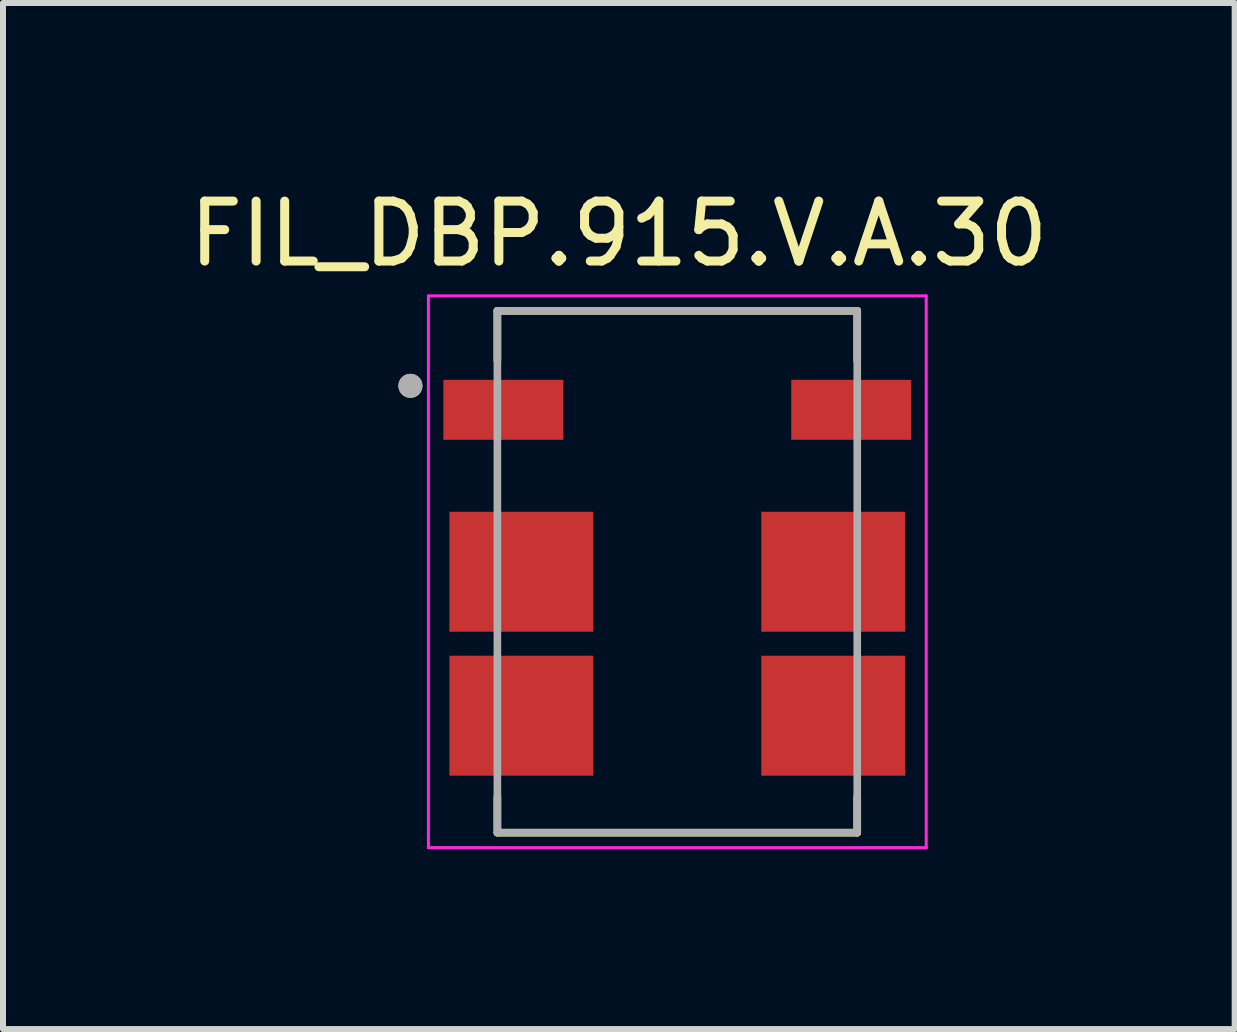
<source format=kicad_pcb>
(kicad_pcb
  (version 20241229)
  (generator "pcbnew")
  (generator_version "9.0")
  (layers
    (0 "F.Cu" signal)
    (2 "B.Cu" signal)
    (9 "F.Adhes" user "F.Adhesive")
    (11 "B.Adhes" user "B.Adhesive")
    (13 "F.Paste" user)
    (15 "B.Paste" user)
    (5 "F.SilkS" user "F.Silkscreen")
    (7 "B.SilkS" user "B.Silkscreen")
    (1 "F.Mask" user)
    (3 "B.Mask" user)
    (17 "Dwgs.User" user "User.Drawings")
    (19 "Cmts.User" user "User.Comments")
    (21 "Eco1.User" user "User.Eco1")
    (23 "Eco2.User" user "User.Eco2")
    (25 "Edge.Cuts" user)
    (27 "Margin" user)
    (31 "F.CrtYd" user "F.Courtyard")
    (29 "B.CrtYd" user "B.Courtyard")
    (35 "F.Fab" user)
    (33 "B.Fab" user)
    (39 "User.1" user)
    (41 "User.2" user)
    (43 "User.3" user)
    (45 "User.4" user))
  (footprint "FIL_DBP.915.V.A.30"
    (layer "F.Cu")
    (at 8.243 6.483)
    (property "Reference" "FIL_DBP.915.V.A.30" (at -0.975 -5.635 0) (layer "F.SilkS") (effects (font (size 1 1) (thickness 0.15))))
    (attr smd)
    (fp_poly (pts (xy -3.9 -3.3) (xy -1.9 -3.3) (xy -1.9 -2.1) (xy -3.9 -2.1)) (stroke (width 0.01) (type solid)) (fill yes) (layer "F.Mask"))
    (fp_poly (pts (xy -3.9 -1.1) (xy -1.3 -1.1) (xy -1.3 1.1) (xy -3.9 1.1)) (stroke (width 0.01) (type solid)) (fill yes) (layer "F.Mask"))
    (fp_poly (pts (xy -3.9 1.3) (xy -1.3 1.3) (xy -1.3 3.5) (xy -3.9 3.5)) (stroke (width 0.01) (type solid)) (fill yes) (layer "F.Mask"))
    (fp_poly (pts (xy 1.3 -1.1) (xy 3.9 -1.1) (xy 3.9 1.1) (xy 1.3 1.1)) (stroke (width 0.01) (type solid)) (fill yes) (layer "F.Mask"))
    (fp_poly (pts (xy 1.3 1.3) (xy 3.9 1.3) (xy 3.9 3.5) (xy 1.3 3.5)) (stroke (width 0.01) (type solid)) (fill yes) (layer "F.Mask"))
    (fp_poly (pts (xy 1.9 -3.3) (xy 3.9 -3.3) (xy 3.9 -2.1) (xy 1.9 -2.1)) (stroke (width 0.01) (type solid)) (fill yes) (layer "F.Mask"))
    (fp_line (start -3 -4.35) (end 3 -4.35) (stroke (width 0.127) (type solid)) (layer "F.SilkS"))
    (fp_line (start -3 -3.52) (end -3 -4.35) (stroke (width 0.127) (type solid)) (layer "F.SilkS"))
    (fp_line (start -3 4.35) (end -3 3.75) (stroke (width 0.127) (type solid)) (layer "F.SilkS"))
    (fp_line (start 3 -3.52) (end 3 -4.35) (stroke (width 0.127) (type solid)) (layer "F.SilkS"))
    (fp_line (start 3 3.75) (end 3 4.35) (stroke (width 0.127) (type solid)) (layer "F.SilkS"))
    (fp_line (start 3 4.35) (end -3 4.35) (stroke (width 0.127) (type solid)) (layer "F.SilkS"))
    (fp_circle (center -4.45 -3.1) (end -4.35 -3.1) (stroke (width 0.2) (type solid)) (fill no) (layer "F.SilkS"))
    (fp_poly (pts (xy -3.6 -3.1) (xy -2.2 -3.1) (xy -2.2 -2.3) (xy -3.6 -2.3)) (stroke (width 0.01) (type solid)) (fill yes) (layer "F.Paste"))
    (fp_poly (pts (xy -3.5 -0.75) (xy -1.7 -0.75) (xy -1.7 0.75) (xy -3.5 0.75)) (stroke (width 0.01) (type solid)) (fill yes) (layer "F.Paste"))
    (fp_poly (pts (xy -3.5 1.65) (xy -1.7 1.65) (xy -1.7 3.15) (xy -3.5 3.15)) (stroke (width 0.01) (type solid)) (fill yes) (layer "F.Paste"))
    (fp_poly (pts (xy 1.7 -0.75) (xy 3.5 -0.75) (xy 3.5 0.75) (xy 1.7 0.75)) (stroke (width 0.01) (type solid)) (fill yes) (layer "F.Paste"))
    (fp_poly (pts (xy 1.7 1.65) (xy 3.5 1.65) (xy 3.5 3.15) (xy 1.7 3.15)) (stroke (width 0.01) (type solid)) (fill yes) (layer "F.Paste"))
    (fp_poly (pts (xy 2.2 -3.1) (xy 3.6 -3.1) (xy 3.6 -2.3) (xy 2.2 -2.3)) (stroke (width 0.01) (type solid)) (fill yes) (layer "F.Paste"))
    (fp_line (start -4.15 -4.6) (end 4.15 -4.6) (stroke (width 0.05) (type solid)) (layer "F.CrtYd"))
    (fp_line (start -4.15 4.6) (end -4.15 -4.6) (stroke (width 0.05) (type solid)) (layer "F.CrtYd"))
    (fp_line (start 4.15 -4.6) (end 4.15 4.6) (stroke (width 0.05) (type solid)) (layer "F.CrtYd"))
    (fp_line (start 4.15 4.6) (end -4.15 4.6) (stroke (width 0.05) (type solid)) (layer "F.CrtYd"))
    (fp_line (start -3 -4.35) (end -3 4.35) (stroke (width 0.127) (type solid)) (layer "F.Fab"))
    (fp_line (start -3 4.35) (end 3 4.35) (stroke (width 0.127) (type solid)) (layer "F.Fab"))
    (fp_line (start 3 -4.35) (end -3 -4.35) (stroke (width 0.127) (type solid)) (layer "F.Fab"))
    (fp_line (start 3 4.35) (end 3 -4.35) (stroke (width 0.127) (type solid)) (layer "F.Fab"))
    (fp_circle (center -4.45 -3.1) (end -4.35 -3.1) (stroke (width 0.2) (type solid)) (fill no) (layer "F.Fab"))
    (pad "1" smd rect (at -2.9 -2.7) (size 2 1) (layers "F.Cu"))
    (pad "2" smd rect (at 2.9 -2.7) (size 2 1) (layers "F.Cu"))
    (pad "3" smd rect (at -2.6 0) (size 2.4 2) (layers "F.Cu"))
    (pad "4" smd rect (at 2.6 0) (size 2.4 2) (layers "F.Cu"))
    (pad "5" smd rect (at -2.6 2.4) (size 2.4 2) (layers "F.Cu"))
    (pad "6" smd rect (at 2.6 2.4) (size 2.4 2) (layers "F.Cu"))
    (zone (net_name "") (layer "F.Cu") (hatch full 0.508) (connect_pads) (min_thickness 0.01) (filled_areas_thickness no) (keepout (tracks not_allowed) (vias not_allowed) (pads not_allowed) (copperpour not_allowed) (footprints allowed)) (placement (enabled no)) (fill) (polygon (pts (xy 5.243 3.233) (xy 5.243 2.633) (xy 6.993 2.633) (xy 6.993 4.933) (xy 5.243 4.933) (xy 5.243 4.333) (xy 6.393 4.333) (xy 6.393 3.233))))
    (zone (net_name "") (layer "F.Cu") (hatch full 0.508) (connect_pads) (min_thickness 0.01) (filled_areas_thickness no) (keepout (tracks not_allowed) (vias not_allowed) (pads not_allowed) (copperpour not_allowed) (footprints allowed)) (placement (enabled no)) (fill) (polygon (pts (xy 11.243 4.333) (xy 11.243 4.933) (xy 9.493 4.933) (xy 9.493 2.633) (xy 11.243 2.633) (xy 11.243 3.233) (xy 10.093 3.233) (xy 10.093 4.333))))
    (zone (net_name "") (layers "F.Cu" "B.Cu") (hatch full 0.508) (connect_pads) (min_thickness 0.01) (filled_areas_thickness no) (keepout (tracks allowed) (vias not_allowed) (pads allowed) (copperpour allowed) (footprints allowed)) (placement (enabled no)) (fill) (polygon (pts (xy 5.243 3.233) (xy 5.243 2.633) (xy 6.993 2.633) (xy 6.993 4.933) (xy 5.243 4.933) (xy 5.243 4.333) (xy 6.393 4.333) (xy 6.393 3.233))))
    (zone (net_name "") (layers "F.Cu" "B.Cu") (hatch full 0.508) (connect_pads) (min_thickness 0.01) (filled_areas_thickness no) (keepout (tracks allowed) (vias not_allowed) (pads allowed) (copperpour allowed) (footprints allowed)) (placement (enabled no)) (fill) (polygon (pts (xy 11.243 4.333) (xy 11.243 4.933) (xy 9.493 4.933) (xy 9.493 2.633) (xy 11.243 2.633) (xy 11.243 3.233) (xy 10.093 3.233) (xy 10.093 4.333)))))
  (gr_rect
    (start -3 -3)
    (end 17.536 14.108)
    (stroke (width 0.1) (type default))
    (fill no)
    (layer "Edge.Cuts")))
</source>
